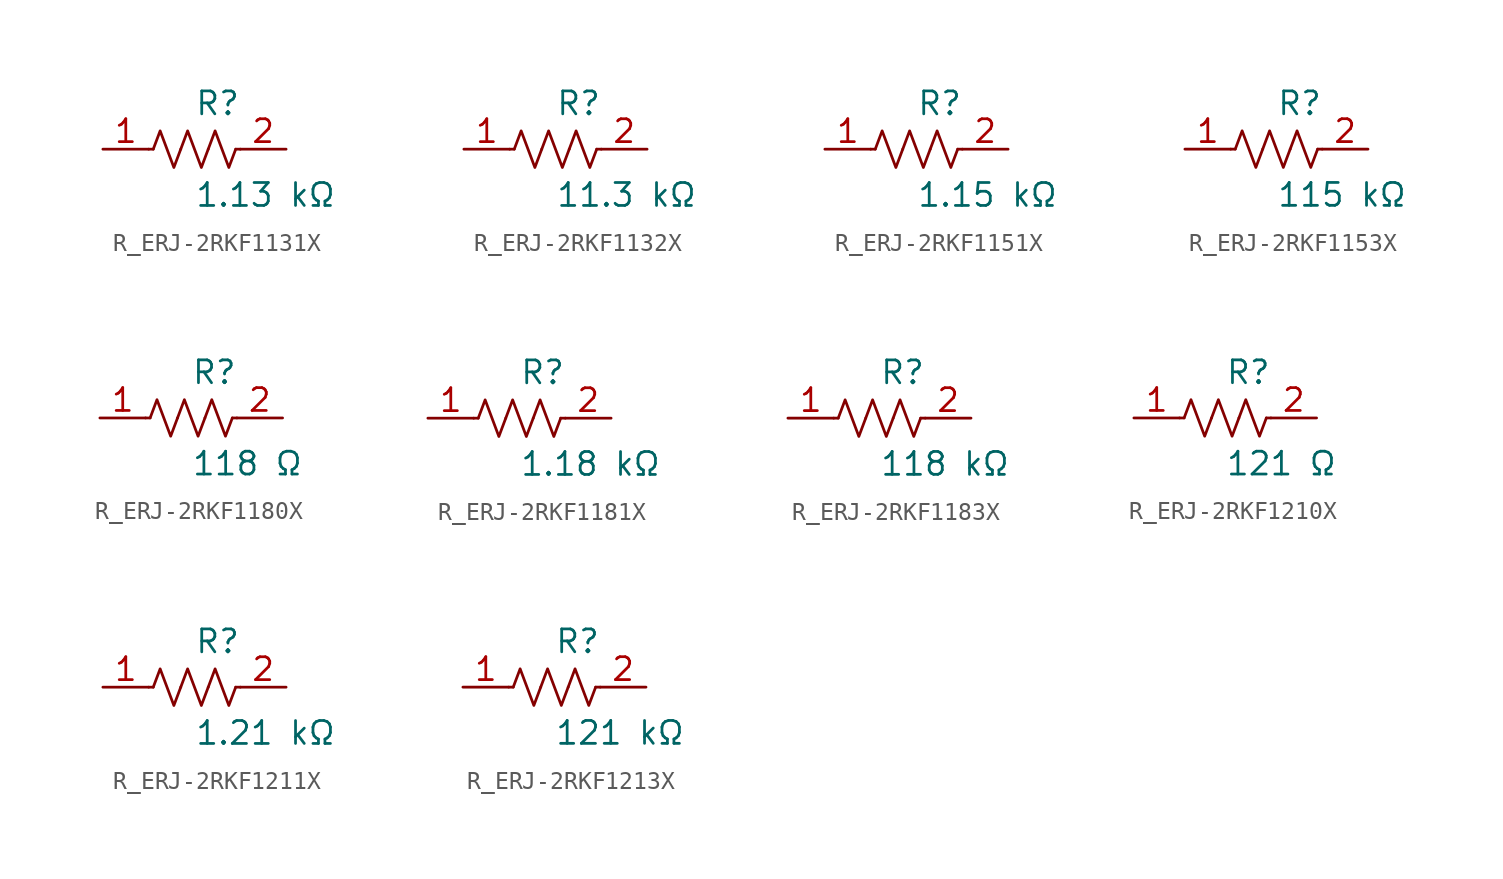
<source format=kicad_sym>
(kicad_symbol_lib
  (version 20231120)
  (generator kicad_symbol_editor)
  (generator_version 8.0)
  (symbol "R_ERJ-2RKF1131X"
    (pin_names
      (offset 0.254))
    (property "Reference" "R"
      (at 0.0 2.54 0)
      (effects (font (size 1.27 1.27)) (justify left)))
    (property "Value" "1.13 kΩ"
      (at 0.0 -2.54 0)
      (effects (font (size 1.27 1.27)) (justify left)))
    (symbol "R_ERJ-2RKF1131X_0_1"
      (polyline (pts (xy 2.286 0) (xy 2.54 0)) (stroke (width 0) (type default)) (fill (type none)))
      (polyline (pts (xy -2.286 0) (xy -2.54 0)) (stroke (width 0) (type default)) (fill (type none)))
      (polyline (pts (xy 0.762 0) (xy 1.143 1.016) (xy 1.524 0) (xy 1.905 -1.016) (xy 2.286 0)) (stroke (width 0) (type default)) (fill (type none)))
      (polyline (pts (xy -0.762 0) (xy -0.381 1.016) (xy 0 0) (xy 0.381 -1.016) (xy 0.762 0)) (stroke (width 0) (type default)) (fill (type none)))
      (polyline (pts (xy -2.286 0) (xy -1.905 1.016) (xy -1.524 0) (xy -1.143 -1.016) (xy -0.762 0)) (stroke (width 0) (type default)) (fill (type none))))
    (pin unspecified line
      (at -5.08 0 0)
      (length 2.54)
      (name "" (effects (font (size 1.27 1.27))))
      (number "1" (effects (font (size 1.27 1.27)))))
    (pin unspecified line
      (at 5.08 0 180)
      (length 2.54)
      (name "" (effects (font (size 1.27 1.27))))
      (number "2" (effects (font (size 1.27 1.27))))))
  (symbol "R_ERJ-2RKF1132X"
    (pin_names
      (offset 0.254))
    (property "Reference" "R"
      (at 0.0 2.54 0)
      (effects (font (size 1.27 1.27)) (justify left)))
    (property "Value" "11.3 kΩ"
      (at 0.0 -2.54 0)
      (effects (font (size 1.27 1.27)) (justify left)))
    (symbol "R_ERJ-2RKF1132X_0_1"
      (polyline (pts (xy 2.286 0) (xy 2.54 0)) (stroke (width 0) (type default)) (fill (type none)))
      (polyline (pts (xy -2.286 0) (xy -2.54 0)) (stroke (width 0) (type default)) (fill (type none)))
      (polyline (pts (xy 0.762 0) (xy 1.143 1.016) (xy 1.524 0) (xy 1.905 -1.016) (xy 2.286 0)) (stroke (width 0) (type default)) (fill (type none)))
      (polyline (pts (xy -0.762 0) (xy -0.381 1.016) (xy 0 0) (xy 0.381 -1.016) (xy 0.762 0)) (stroke (width 0) (type default)) (fill (type none)))
      (polyline (pts (xy -2.286 0) (xy -1.905 1.016) (xy -1.524 0) (xy -1.143 -1.016) (xy -0.762 0)) (stroke (width 0) (type default)) (fill (type none))))
    (pin unspecified line
      (at -5.08 0 0)
      (length 2.54)
      (name "" (effects (font (size 1.27 1.27))))
      (number "1" (effects (font (size 1.27 1.27)))))
    (pin unspecified line
      (at 5.08 0 180)
      (length 2.54)
      (name "" (effects (font (size 1.27 1.27))))
      (number "2" (effects (font (size 1.27 1.27))))))
  (symbol "R_ERJ-2RKF1151X"
    (pin_names
      (offset 0.254))
    (property "Reference" "R"
      (at 0.0 2.54 0)
      (effects (font (size 1.27 1.27)) (justify left)))
    (property "Value" "1.15 kΩ"
      (at 0.0 -2.54 0)
      (effects (font (size 1.27 1.27)) (justify left)))
    (symbol "R_ERJ-2RKF1151X_0_1"
      (polyline (pts (xy 2.286 0) (xy 2.54 0)) (stroke (width 0) (type default)) (fill (type none)))
      (polyline (pts (xy -2.286 0) (xy -2.54 0)) (stroke (width 0) (type default)) (fill (type none)))
      (polyline (pts (xy 0.762 0) (xy 1.143 1.016) (xy 1.524 0) (xy 1.905 -1.016) (xy 2.286 0)) (stroke (width 0) (type default)) (fill (type none)))
      (polyline (pts (xy -0.762 0) (xy -0.381 1.016) (xy 0 0) (xy 0.381 -1.016) (xy 0.762 0)) (stroke (width 0) (type default)) (fill (type none)))
      (polyline (pts (xy -2.286 0) (xy -1.905 1.016) (xy -1.524 0) (xy -1.143 -1.016) (xy -0.762 0)) (stroke (width 0) (type default)) (fill (type none))))
    (pin unspecified line
      (at -5.08 0 0)
      (length 2.54)
      (name "" (effects (font (size 1.27 1.27))))
      (number "1" (effects (font (size 1.27 1.27)))))
    (pin unspecified line
      (at 5.08 0 180)
      (length 2.54)
      (name "" (effects (font (size 1.27 1.27))))
      (number "2" (effects (font (size 1.27 1.27))))))
  (symbol "R_ERJ-2RKF1153X"
    (pin_names
      (offset 0.254))
    (property "Reference" "R"
      (at 0.0 2.54 0)
      (effects (font (size 1.27 1.27)) (justify left)))
    (property "Value" "115 kΩ"
      (at 0.0 -2.54 0)
      (effects (font (size 1.27 1.27)) (justify left)))
    (symbol "R_ERJ-2RKF1153X_0_1"
      (polyline (pts (xy 2.286 0) (xy 2.54 0)) (stroke (width 0) (type default)) (fill (type none)))
      (polyline (pts (xy -2.286 0) (xy -2.54 0)) (stroke (width 0) (type default)) (fill (type none)))
      (polyline (pts (xy 0.762 0) (xy 1.143 1.016) (xy 1.524 0) (xy 1.905 -1.016) (xy 2.286 0)) (stroke (width 0) (type default)) (fill (type none)))
      (polyline (pts (xy -0.762 0) (xy -0.381 1.016) (xy 0 0) (xy 0.381 -1.016) (xy 0.762 0)) (stroke (width 0) (type default)) (fill (type none)))
      (polyline (pts (xy -2.286 0) (xy -1.905 1.016) (xy -1.524 0) (xy -1.143 -1.016) (xy -0.762 0)) (stroke (width 0) (type default)) (fill (type none))))
    (pin unspecified line
      (at -5.08 0 0)
      (length 2.54)
      (name "" (effects (font (size 1.27 1.27))))
      (number "1" (effects (font (size 1.27 1.27)))))
    (pin unspecified line
      (at 5.08 0 180)
      (length 2.54)
      (name "" (effects (font (size 1.27 1.27))))
      (number "2" (effects (font (size 1.27 1.27))))))
  (symbol "R_ERJ-2RKF1180X"
    (pin_names
      (offset 0.254))
    (property "Reference" "R"
      (at 0.0 2.54 0)
      (effects (font (size 1.27 1.27)) (justify left)))
    (property "Value" "118 Ω"
      (at 0.0 -2.54 0)
      (effects (font (size 1.27 1.27)) (justify left)))
    (symbol "R_ERJ-2RKF1180X_0_1"
      (polyline (pts (xy 2.286 0) (xy 2.54 0)) (stroke (width 0) (type default)) (fill (type none)))
      (polyline (pts (xy -2.286 0) (xy -2.54 0)) (stroke (width 0) (type default)) (fill (type none)))
      (polyline (pts (xy 0.762 0) (xy 1.143 1.016) (xy 1.524 0) (xy 1.905 -1.016) (xy 2.286 0)) (stroke (width 0) (type default)) (fill (type none)))
      (polyline (pts (xy -0.762 0) (xy -0.381 1.016) (xy 0 0) (xy 0.381 -1.016) (xy 0.762 0)) (stroke (width 0) (type default)) (fill (type none)))
      (polyline (pts (xy -2.286 0) (xy -1.905 1.016) (xy -1.524 0) (xy -1.143 -1.016) (xy -0.762 0)) (stroke (width 0) (type default)) (fill (type none))))
    (pin unspecified line
      (at -5.08 0 0)
      (length 2.54)
      (name "" (effects (font (size 1.27 1.27))))
      (number "1" (effects (font (size 1.27 1.27)))))
    (pin unspecified line
      (at 5.08 0 180)
      (length 2.54)
      (name "" (effects (font (size 1.27 1.27))))
      (number "2" (effects (font (size 1.27 1.27))))))
  (symbol "R_ERJ-2RKF1181X"
    (pin_names
      (offset 0.254))
    (property "Reference" "R"
      (at 0.0 2.54 0)
      (effects (font (size 1.27 1.27)) (justify left)))
    (property "Value" "1.18 kΩ"
      (at 0.0 -2.54 0)
      (effects (font (size 1.27 1.27)) (justify left)))
    (symbol "R_ERJ-2RKF1181X_0_1"
      (polyline (pts (xy 2.286 0) (xy 2.54 0)) (stroke (width 0) (type default)) (fill (type none)))
      (polyline (pts (xy -2.286 0) (xy -2.54 0)) (stroke (width 0) (type default)) (fill (type none)))
      (polyline (pts (xy 0.762 0) (xy 1.143 1.016) (xy 1.524 0) (xy 1.905 -1.016) (xy 2.286 0)) (stroke (width 0) (type default)) (fill (type none)))
      (polyline (pts (xy -0.762 0) (xy -0.381 1.016) (xy 0 0) (xy 0.381 -1.016) (xy 0.762 0)) (stroke (width 0) (type default)) (fill (type none)))
      (polyline (pts (xy -2.286 0) (xy -1.905 1.016) (xy -1.524 0) (xy -1.143 -1.016) (xy -0.762 0)) (stroke (width 0) (type default)) (fill (type none))))
    (pin unspecified line
      (at -5.08 0 0)
      (length 2.54)
      (name "" (effects (font (size 1.27 1.27))))
      (number "1" (effects (font (size 1.27 1.27)))))
    (pin unspecified line
      (at 5.08 0 180)
      (length 2.54)
      (name "" (effects (font (size 1.27 1.27))))
      (number "2" (effects (font (size 1.27 1.27))))))
  (symbol "R_ERJ-2RKF1183X"
    (pin_names
      (offset 0.254))
    (property "Reference" "R"
      (at 0.0 2.54 0)
      (effects (font (size 1.27 1.27)) (justify left)))
    (property "Value" "118 kΩ"
      (at 0.0 -2.54 0)
      (effects (font (size 1.27 1.27)) (justify left)))
    (symbol "R_ERJ-2RKF1183X_0_1"
      (polyline (pts (xy 2.286 0) (xy 2.54 0)) (stroke (width 0) (type default)) (fill (type none)))
      (polyline (pts (xy -2.286 0) (xy -2.54 0)) (stroke (width 0) (type default)) (fill (type none)))
      (polyline (pts (xy 0.762 0) (xy 1.143 1.016) (xy 1.524 0) (xy 1.905 -1.016) (xy 2.286 0)) (stroke (width 0) (type default)) (fill (type none)))
      (polyline (pts (xy -0.762 0) (xy -0.381 1.016) (xy 0 0) (xy 0.381 -1.016) (xy 0.762 0)) (stroke (width 0) (type default)) (fill (type none)))
      (polyline (pts (xy -2.286 0) (xy -1.905 1.016) (xy -1.524 0) (xy -1.143 -1.016) (xy -0.762 0)) (stroke (width 0) (type default)) (fill (type none))))
    (pin unspecified line
      (at -5.08 0 0)
      (length 2.54)
      (name "" (effects (font (size 1.27 1.27))))
      (number "1" (effects (font (size 1.27 1.27)))))
    (pin unspecified line
      (at 5.08 0 180)
      (length 2.54)
      (name "" (effects (font (size 1.27 1.27))))
      (number "2" (effects (font (size 1.27 1.27))))))
  (symbol "R_ERJ-2RKF1210X"
    (pin_names
      (offset 0.254))
    (property "Reference" "R"
      (at 0.0 2.54 0)
      (effects (font (size 1.27 1.27)) (justify left)))
    (property "Value" "121 Ω"
      (at 0.0 -2.54 0)
      (effects (font (size 1.27 1.27)) (justify left)))
    (symbol "R_ERJ-2RKF1210X_0_1"
      (polyline (pts (xy 2.286 0) (xy 2.54 0)) (stroke (width 0) (type default)) (fill (type none)))
      (polyline (pts (xy -2.286 0) (xy -2.54 0)) (stroke (width 0) (type default)) (fill (type none)))
      (polyline (pts (xy 0.762 0) (xy 1.143 1.016) (xy 1.524 0) (xy 1.905 -1.016) (xy 2.286 0)) (stroke (width 0) (type default)) (fill (type none)))
      (polyline (pts (xy -0.762 0) (xy -0.381 1.016) (xy 0 0) (xy 0.381 -1.016) (xy 0.762 0)) (stroke (width 0) (type default)) (fill (type none)))
      (polyline (pts (xy -2.286 0) (xy -1.905 1.016) (xy -1.524 0) (xy -1.143 -1.016) (xy -0.762 0)) (stroke (width 0) (type default)) (fill (type none))))
    (pin unspecified line
      (at -5.08 0 0)
      (length 2.54)
      (name "" (effects (font (size 1.27 1.27))))
      (number "1" (effects (font (size 1.27 1.27)))))
    (pin unspecified line
      (at 5.08 0 180)
      (length 2.54)
      (name "" (effects (font (size 1.27 1.27))))
      (number "2" (effects (font (size 1.27 1.27))))))
  (symbol "R_ERJ-2RKF1211X"
    (pin_names
      (offset 0.254))
    (property "Reference" "R"
      (at 0.0 2.54 0)
      (effects (font (size 1.27 1.27)) (justify left)))
    (property "Value" "1.21 kΩ"
      (at 0.0 -2.54 0)
      (effects (font (size 1.27 1.27)) (justify left)))
    (symbol "R_ERJ-2RKF1211X_0_1"
      (polyline (pts (xy 2.286 0) (xy 2.54 0)) (stroke (width 0) (type default)) (fill (type none)))
      (polyline (pts (xy -2.286 0) (xy -2.54 0)) (stroke (width 0) (type default)) (fill (type none)))
      (polyline (pts (xy 0.762 0) (xy 1.143 1.016) (xy 1.524 0) (xy 1.905 -1.016) (xy 2.286 0)) (stroke (width 0) (type default)) (fill (type none)))
      (polyline (pts (xy -0.762 0) (xy -0.381 1.016) (xy 0 0) (xy 0.381 -1.016) (xy 0.762 0)) (stroke (width 0) (type default)) (fill (type none)))
      (polyline (pts (xy -2.286 0) (xy -1.905 1.016) (xy -1.524 0) (xy -1.143 -1.016) (xy -0.762 0)) (stroke (width 0) (type default)) (fill (type none))))
    (pin unspecified line
      (at -5.08 0 0)
      (length 2.54)
      (name "" (effects (font (size 1.27 1.27))))
      (number "1" (effects (font (size 1.27 1.27)))))
    (pin unspecified line
      (at 5.08 0 180)
      (length 2.54)
      (name "" (effects (font (size 1.27 1.27))))
      (number "2" (effects (font (size 1.27 1.27))))))
  (symbol "R_ERJ-2RKF1213X"
    (pin_names
      (offset 0.254))
    (property "Reference" "R"
      (at 0.0 2.54 0)
      (effects (font (size 1.27 1.27)) (justify left)))
    (property "Value" "121 kΩ"
      (at 0.0 -2.54 0)
      (effects (font (size 1.27 1.27)) (justify left)))
    (symbol "R_ERJ-2RKF1213X_0_1"
      (polyline (pts (xy 2.286 0) (xy 2.54 0)) (stroke (width 0) (type default)) (fill (type none)))
      (polyline (pts (xy -2.286 0) (xy -2.54 0)) (stroke (width 0) (type default)) (fill (type none)))
      (polyline (pts (xy 0.762 0) (xy 1.143 1.016) (xy 1.524 0) (xy 1.905 -1.016) (xy 2.286 0)) (stroke (width 0) (type default)) (fill (type none)))
      (polyline (pts (xy -0.762 0) (xy -0.381 1.016) (xy 0 0) (xy 0.381 -1.016) (xy 0.762 0)) (stroke (width 0) (type default)) (fill (type none)))
      (polyline (pts (xy -2.286 0) (xy -1.905 1.016) (xy -1.524 0) (xy -1.143 -1.016) (xy -0.762 0)) (stroke (width 0) (type default)) (fill (type none))))
    (pin unspecified line
      (at -5.08 0 0)
      (length 2.54)
      (name "" (effects (font (size 1.27 1.27))))
      (number "1" (effects (font (size 1.27 1.27)))))
    (pin unspecified line
      (at 5.08 0 180)
      (length 2.54)
      (name "" (effects (font (size 1.27 1.27))))
      (number "2" (effects (font (size 1.27 1.27)))))))
</source>
